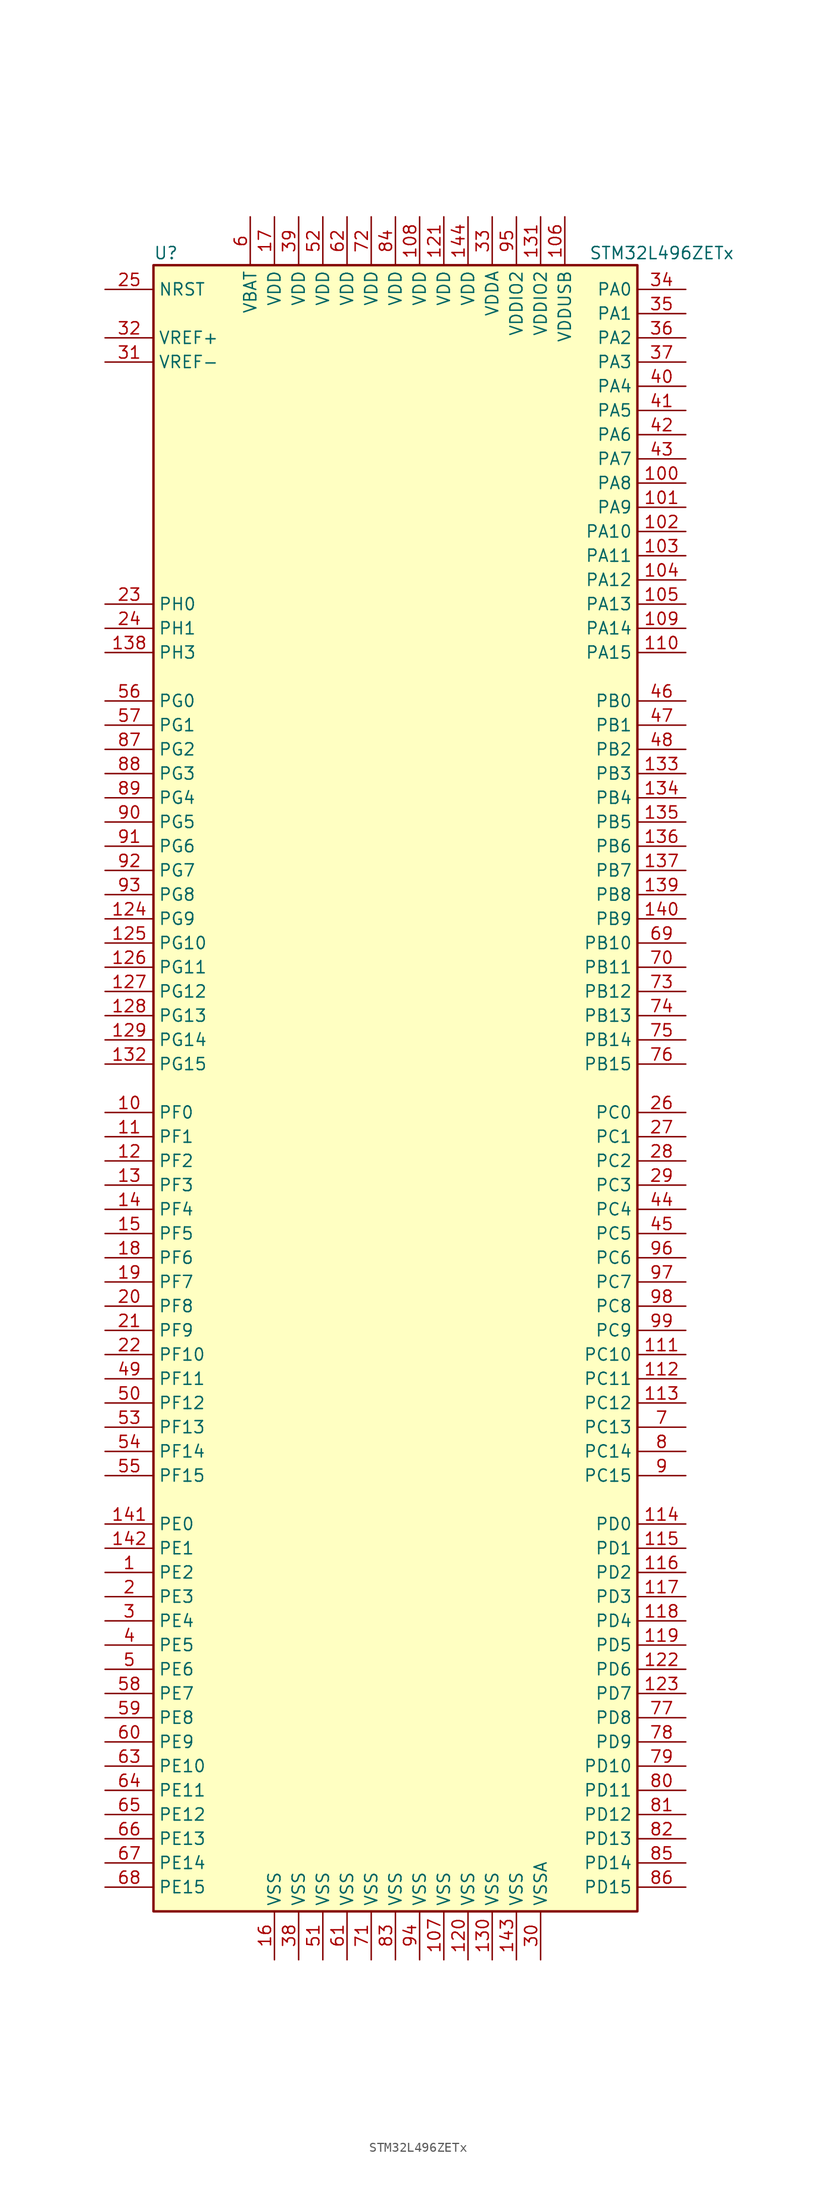
<source format=kicad_sym>
(kicad_symbol_lib
  (version 20220914)
  (generator kicad_symbol_editor)
  (symbol "STM32L496ZETx"
    (property "Reference" "U"
      (at -25.4 87.63 0)
      (effects (font (size 1.27 1.27)) (justify left)))
    (property "Value" "STM32L496ZETx"
      (at 20.32 87.63 0)
      (effects (font (size 1.27 1.27)) (justify left)))
    (symbol "STM32L496ZETx_0_1"
      (rectangle (start -25.4 -86.36) (end 25.4 86.36) (stroke (width 0.254) (type default)) (fill (type background))))
    (symbol "STM32L496ZETx_1_1"
      (pin bidirectional line (at -30.48 -50.8 0) (length 5.08) (name "PE2" (effects (font (size 1.27 1.27)))) (number "1" (effects (font (size 1.27 1.27)))))
      (pin bidirectional line (at -30.48 -2.54 0) (length 5.08) (name "PF0" (effects (font (size 1.27 1.27)))) (number "10" (effects (font (size 1.27 1.27)))))
      (pin bidirectional line (at 30.48 63.5 180) (length 5.08) (name "PA8" (effects (font (size 1.27 1.27)))) (number "100" (effects (font (size 1.27 1.27)))))
      (pin bidirectional line (at 30.48 60.96 180) (length 5.08) (name "PA9" (effects (font (size 1.27 1.27)))) (number "101" (effects (font (size 1.27 1.27)))))
      (pin bidirectional line (at 30.48 58.42 180) (length 5.08) (name "PA10" (effects (font (size 1.27 1.27)))) (number "102" (effects (font (size 1.27 1.27)))))
      (pin bidirectional line (at 30.48 55.88 180) (length 5.08) (name "PA11" (effects (font (size 1.27 1.27)))) (number "103" (effects (font (size 1.27 1.27)))))
      (pin bidirectional line (at 30.48 53.34 180) (length 5.08) (name "PA12" (effects (font (size 1.27 1.27)))) (number "104" (effects (font (size 1.27 1.27)))))
      (pin bidirectional line (at 30.48 50.8 180) (length 5.08) (name "PA13" (effects (font (size 1.27 1.27)))) (number "105" (effects (font (size 1.27 1.27)))))
      (pin power_in line (at 17.78 91.44 270) (length 5.08) (name "VDDUSB" (effects (font (size 1.27 1.27)))) (number "106" (effects (font (size 1.27 1.27)))))
      (pin power_in line (at 5.08 -91.44 90) (length 5.08) (name "VSS" (effects (font (size 1.27 1.27)))) (number "107" (effects (font (size 1.27 1.27)))))
      (pin power_in line (at 2.54 91.44 270) (length 5.08) (name "VDD" (effects (font (size 1.27 1.27)))) (number "108" (effects (font (size 1.27 1.27)))))
      (pin bidirectional line (at 30.48 48.26 180) (length 5.08) (name "PA14" (effects (font (size 1.27 1.27)))) (number "109" (effects (font (size 1.27 1.27)))))
      (pin bidirectional line (at -30.48 -5.08 0) (length 5.08) (name "PF1" (effects (font (size 1.27 1.27)))) (number "11" (effects (font (size 1.27 1.27)))))
      (pin bidirectional line (at 30.48 45.72 180) (length 5.08) (name "PA15" (effects (font (size 1.27 1.27)))) (number "110" (effects (font (size 1.27 1.27)))))
      (pin bidirectional line (at 30.48 -27.94 180) (length 5.08) (name "PC10" (effects (font (size 1.27 1.27)))) (number "111" (effects (font (size 1.27 1.27)))))
      (pin bidirectional line (at 30.48 -30.48 180) (length 5.08) (name "PC11" (effects (font (size 1.27 1.27)))) (number "112" (effects (font (size 1.27 1.27)))))
      (pin bidirectional line (at 30.48 -33.02 180) (length 5.08) (name "PC12" (effects (font (size 1.27 1.27)))) (number "113" (effects (font (size 1.27 1.27)))))
      (pin bidirectional line (at 30.48 -45.72 180) (length 5.08) (name "PD0" (effects (font (size 1.27 1.27)))) (number "114" (effects (font (size 1.27 1.27)))))
      (pin bidirectional line (at 30.48 -48.26 180) (length 5.08) (name "PD1" (effects (font (size 1.27 1.27)))) (number "115" (effects (font (size 1.27 1.27)))))
      (pin bidirectional line (at 30.48 -50.8 180) (length 5.08) (name "PD2" (effects (font (size 1.27 1.27)))) (number "116" (effects (font (size 1.27 1.27)))))
      (pin bidirectional line (at 30.48 -53.34 180) (length 5.08) (name "PD3" (effects (font (size 1.27 1.27)))) (number "117" (effects (font (size 1.27 1.27)))))
      (pin bidirectional line (at 30.48 -55.88 180) (length 5.08) (name "PD4" (effects (font (size 1.27 1.27)))) (number "118" (effects (font (size 1.27 1.27)))))
      (pin bidirectional line (at 30.48 -58.42 180) (length 5.08) (name "PD5" (effects (font (size 1.27 1.27)))) (number "119" (effects (font (size 1.27 1.27)))))
      (pin bidirectional line (at -30.48 -7.62 0) (length 5.08) (name "PF2" (effects (font (size 1.27 1.27)))) (number "12" (effects (font (size 1.27 1.27)))))
      (pin power_in line (at 7.62 -91.44 90) (length 5.08) (name "VSS" (effects (font (size 1.27 1.27)))) (number "120" (effects (font (size 1.27 1.27)))))
      (pin power_in line (at 5.08 91.44 270) (length 5.08) (name "VDD" (effects (font (size 1.27 1.27)))) (number "121" (effects (font (size 1.27 1.27)))))
      (pin bidirectional line (at 30.48 -60.96 180) (length 5.08) (name "PD6" (effects (font (size 1.27 1.27)))) (number "122" (effects (font (size 1.27 1.27)))))
      (pin bidirectional line (at 30.48 -63.5 180) (length 5.08) (name "PD7" (effects (font (size 1.27 1.27)))) (number "123" (effects (font (size 1.27 1.27)))))
      (pin bidirectional line (at -30.48 17.78 0) (length 5.08) (name "PG9" (effects (font (size 1.27 1.27)))) (number "124" (effects (font (size 1.27 1.27)))))
      (pin bidirectional line (at -30.48 15.24 0) (length 5.08) (name "PG10" (effects (font (size 1.27 1.27)))) (number "125" (effects (font (size 1.27 1.27)))))
      (pin bidirectional line (at -30.48 12.7 0) (length 5.08) (name "PG11" (effects (font (size 1.27 1.27)))) (number "126" (effects (font (size 1.27 1.27)))))
      (pin bidirectional line (at -30.48 10.16 0) (length 5.08) (name "PG12" (effects (font (size 1.27 1.27)))) (number "127" (effects (font (size 1.27 1.27)))))
      (pin bidirectional line (at -30.48 7.62 0) (length 5.08) (name "PG13" (effects (font (size 1.27 1.27)))) (number "128" (effects (font (size 1.27 1.27)))))
      (pin bidirectional line (at -30.48 5.08 0) (length 5.08) (name "PG14" (effects (font (size 1.27 1.27)))) (number "129" (effects (font (size 1.27 1.27)))))
      (pin bidirectional line (at -30.48 -10.16 0) (length 5.08) (name "PF3" (effects (font (size 1.27 1.27)))) (number "13" (effects (font (size 1.27 1.27)))))
      (pin power_in line (at 10.16 -91.44 90) (length 5.08) (name "VSS" (effects (font (size 1.27 1.27)))) (number "130" (effects (font (size 1.27 1.27)))))
      (pin power_in line (at 15.24 91.44 270) (length 5.08) (name "VDDIO2" (effects (font (size 1.27 1.27)))) (number "131" (effects (font (size 1.27 1.27)))))
      (pin bidirectional line (at -30.48 2.54 0) (length 5.08) (name "PG15" (effects (font (size 1.27 1.27)))) (number "132" (effects (font (size 1.27 1.27)))))
      (pin bidirectional line (at 30.48 33.02 180) (length 5.08) (name "PB3" (effects (font (size 1.27 1.27)))) (number "133" (effects (font (size 1.27 1.27)))))
      (pin bidirectional line (at 30.48 30.48 180) (length 5.08) (name "PB4" (effects (font (size 1.27 1.27)))) (number "134" (effects (font (size 1.27 1.27)))))
      (pin bidirectional line (at 30.48 27.94 180) (length 5.08) (name "PB5" (effects (font (size 1.27 1.27)))) (number "135" (effects (font (size 1.27 1.27)))))
      (pin bidirectional line (at 30.48 25.4 180) (length 5.08) (name "PB6" (effects (font (size 1.27 1.27)))) (number "136" (effects (font (size 1.27 1.27)))))
      (pin bidirectional line (at 30.48 22.86 180) (length 5.08) (name "PB7" (effects (font (size 1.27 1.27)))) (number "137" (effects (font (size 1.27 1.27)))))
      (pin bidirectional line (at -30.48 45.72 0) (length 5.08) (name "PH3" (effects (font (size 1.27 1.27)))) (number "138" (effects (font (size 1.27 1.27)))))
      (pin bidirectional line (at 30.48 20.32 180) (length 5.08) (name "PB8" (effects (font (size 1.27 1.27)))) (number "139" (effects (font (size 1.27 1.27)))))
      (pin bidirectional line (at -30.48 -12.7 0) (length 5.08) (name "PF4" (effects (font (size 1.27 1.27)))) (number "14" (effects (font (size 1.27 1.27)))))
      (pin bidirectional line (at 30.48 17.78 180) (length 5.08) (name "PB9" (effects (font (size 1.27 1.27)))) (number "140" (effects (font (size 1.27 1.27)))))
      (pin bidirectional line (at -30.48 -45.72 0) (length 5.08) (name "PE0" (effects (font (size 1.27 1.27)))) (number "141" (effects (font (size 1.27 1.27)))))
      (pin bidirectional line (at -30.48 -48.26 0) (length 5.08) (name "PE1" (effects (font (size 1.27 1.27)))) (number "142" (effects (font (size 1.27 1.27)))))
      (pin power_in line (at 12.7 -91.44 90) (length 5.08) (name "VSS" (effects (font (size 1.27 1.27)))) (number "143" (effects (font (size 1.27 1.27)))))
      (pin power_in line (at 7.62 91.44 270) (length 5.08) (name "VDD" (effects (font (size 1.27 1.27)))) (number "144" (effects (font (size 1.27 1.27)))))
      (pin bidirectional line (at -30.48 -15.24 0) (length 5.08) (name "PF5" (effects (font (size 1.27 1.27)))) (number "15" (effects (font (size 1.27 1.27)))))
      (pin power_in line (at -12.7 -91.44 90) (length 5.08) (name "VSS" (effects (font (size 1.27 1.27)))) (number "16" (effects (font (size 1.27 1.27)))))
      (pin power_in line (at -12.7 91.44 270) (length 5.08) (name "VDD" (effects (font (size 1.27 1.27)))) (number "17" (effects (font (size 1.27 1.27)))))
      (pin bidirectional line (at -30.48 -17.78 0) (length 5.08) (name "PF6" (effects (font (size 1.27 1.27)))) (number "18" (effects (font (size 1.27 1.27)))))
      (pin bidirectional line (at -30.48 -20.32 0) (length 5.08) (name "PF7" (effects (font (size 1.27 1.27)))) (number "19" (effects (font (size 1.27 1.27)))))
      (pin bidirectional line (at -30.48 -53.34 0) (length 5.08) (name "PE3" (effects (font (size 1.27 1.27)))) (number "2" (effects (font (size 1.27 1.27)))))
      (pin bidirectional line (at -30.48 -22.86 0) (length 5.08) (name "PF8" (effects (font (size 1.27 1.27)))) (number "20" (effects (font (size 1.27 1.27)))))
      (pin bidirectional line (at -30.48 -25.4 0) (length 5.08) (name "PF9" (effects (font (size 1.27 1.27)))) (number "21" (effects (font (size 1.27 1.27)))))
      (pin bidirectional line (at -30.48 -27.94 0) (length 5.08) (name "PF10" (effects (font (size 1.27 1.27)))) (number "22" (effects (font (size 1.27 1.27)))))
      (pin input line (at -30.48 50.8 0) (length 5.08) (name "PH0" (effects (font (size 1.27 1.27)))) (number "23" (effects (font (size 1.27 1.27)))))
      (pin input line (at -30.48 48.26 0) (length 5.08) (name "PH1" (effects (font (size 1.27 1.27)))) (number "24" (effects (font (size 1.27 1.27)))))
      (pin input line (at -30.48 83.82 0) (length 5.08) (name "NRST" (effects (font (size 1.27 1.27)))) (number "25" (effects (font (size 1.27 1.27)))))
      (pin bidirectional line (at 30.48 -2.54 180) (length 5.08) (name "PC0" (effects (font (size 1.27 1.27)))) (number "26" (effects (font (size 1.27 1.27)))))
      (pin bidirectional line (at 30.48 -5.08 180) (length 5.08) (name "PC1" (effects (font (size 1.27 1.27)))) (number "27" (effects (font (size 1.27 1.27)))))
      (pin bidirectional line (at 30.48 -7.62 180) (length 5.08) (name "PC2" (effects (font (size 1.27 1.27)))) (number "28" (effects (font (size 1.27 1.27)))))
      (pin bidirectional line (at 30.48 -10.16 180) (length 5.08) (name "PC3" (effects (font (size 1.27 1.27)))) (number "29" (effects (font (size 1.27 1.27)))))
      (pin bidirectional line (at -30.48 -55.88 0) (length 5.08) (name "PE4" (effects (font (size 1.27 1.27)))) (number "3" (effects (font (size 1.27 1.27)))))
      (pin power_in line (at 15.24 -91.44 90) (length 5.08) (name "VSSA" (effects (font (size 1.27 1.27)))) (number "30" (effects (font (size 1.27 1.27)))))
      (pin power_in line (at -30.48 76.2 0) (length 5.08) (name "VREF-" (effects (font (size 1.27 1.27)))) (number "31" (effects (font (size 1.27 1.27)))))
      (pin bidirectional line (at -30.48 78.74 0) (length 5.08) (name "VREF+" (effects (font (size 1.27 1.27)))) (number "32" (effects (font (size 1.27 1.27)))))
      (pin power_in line (at 10.16 91.44 270) (length 5.08) (name "VDDA" (effects (font (size 1.27 1.27)))) (number "33" (effects (font (size 1.27 1.27)))))
      (pin bidirectional line (at 30.48 83.82 180) (length 5.08) (name "PA0" (effects (font (size 1.27 1.27)))) (number "34" (effects (font (size 1.27 1.27)))))
      (pin bidirectional line (at 30.48 81.28 180) (length 5.08) (name "PA1" (effects (font (size 1.27 1.27)))) (number "35" (effects (font (size 1.27 1.27)))))
      (pin bidirectional line (at 30.48 78.74 180) (length 5.08) (name "PA2" (effects (font (size 1.27 1.27)))) (number "36" (effects (font (size 1.27 1.27)))))
      (pin bidirectional line (at 30.48 76.2 180) (length 5.08) (name "PA3" (effects (font (size 1.27 1.27)))) (number "37" (effects (font (size 1.27 1.27)))))
      (pin power_in line (at -10.16 -91.44 90) (length 5.08) (name "VSS" (effects (font (size 1.27 1.27)))) (number "38" (effects (font (size 1.27 1.27)))))
      (pin power_in line (at -10.16 91.44 270) (length 5.08) (name "VDD" (effects (font (size 1.27 1.27)))) (number "39" (effects (font (size 1.27 1.27)))))
      (pin bidirectional line (at -30.48 -58.42 0) (length 5.08) (name "PE5" (effects (font (size 1.27 1.27)))) (number "4" (effects (font (size 1.27 1.27)))))
      (pin bidirectional line (at 30.48 73.66 180) (length 5.08) (name "PA4" (effects (font (size 1.27 1.27)))) (number "40" (effects (font (size 1.27 1.27)))))
      (pin bidirectional line (at 30.48 71.12 180) (length 5.08) (name "PA5" (effects (font (size 1.27 1.27)))) (number "41" (effects (font (size 1.27 1.27)))))
      (pin bidirectional line (at 30.48 68.58 180) (length 5.08) (name "PA6" (effects (font (size 1.27 1.27)))) (number "42" (effects (font (size 1.27 1.27)))))
      (pin bidirectional line (at 30.48 66.04 180) (length 5.08) (name "PA7" (effects (font (size 1.27 1.27)))) (number "43" (effects (font (size 1.27 1.27)))))
      (pin bidirectional line (at 30.48 -12.7 180) (length 5.08) (name "PC4" (effects (font (size 1.27 1.27)))) (number "44" (effects (font (size 1.27 1.27)))))
      (pin bidirectional line (at 30.48 -15.24 180) (length 5.08) (name "PC5" (effects (font (size 1.27 1.27)))) (number "45" (effects (font (size 1.27 1.27)))))
      (pin bidirectional line (at 30.48 40.64 180) (length 5.08) (name "PB0" (effects (font (size 1.27 1.27)))) (number "46" (effects (font (size 1.27 1.27)))))
      (pin bidirectional line (at 30.48 38.1 180) (length 5.08) (name "PB1" (effects (font (size 1.27 1.27)))) (number "47" (effects (font (size 1.27 1.27)))))
      (pin bidirectional line (at 30.48 35.56 180) (length 5.08) (name "PB2" (effects (font (size 1.27 1.27)))) (number "48" (effects (font (size 1.27 1.27)))))
      (pin bidirectional line (at -30.48 -30.48 0) (length 5.08) (name "PF11" (effects (font (size 1.27 1.27)))) (number "49" (effects (font (size 1.27 1.27)))))
      (pin bidirectional line (at -30.48 -60.96 0) (length 5.08) (name "PE6" (effects (font (size 1.27 1.27)))) (number "5" (effects (font (size 1.27 1.27)))))
      (pin bidirectional line (at -30.48 -33.02 0) (length 5.08) (name "PF12" (effects (font (size 1.27 1.27)))) (number "50" (effects (font (size 1.27 1.27)))))
      (pin power_in line (at -7.62 -91.44 90) (length 5.08) (name "VSS" (effects (font (size 1.27 1.27)))) (number "51" (effects (font (size 1.27 1.27)))))
      (pin power_in line (at -7.62 91.44 270) (length 5.08) (name "VDD" (effects (font (size 1.27 1.27)))) (number "52" (effects (font (size 1.27 1.27)))))
      (pin bidirectional line (at -30.48 -35.56 0) (length 5.08) (name "PF13" (effects (font (size 1.27 1.27)))) (number "53" (effects (font (size 1.27 1.27)))))
      (pin bidirectional line (at -30.48 -38.1 0) (length 5.08) (name "PF14" (effects (font (size 1.27 1.27)))) (number "54" (effects (font (size 1.27 1.27)))))
      (pin bidirectional line (at -30.48 -40.64 0) (length 5.08) (name "PF15" (effects (font (size 1.27 1.27)))) (number "55" (effects (font (size 1.27 1.27)))))
      (pin bidirectional line (at -30.48 40.64 0) (length 5.08) (name "PG0" (effects (font (size 1.27 1.27)))) (number "56" (effects (font (size 1.27 1.27)))))
      (pin bidirectional line (at -30.48 38.1 0) (length 5.08) (name "PG1" (effects (font (size 1.27 1.27)))) (number "57" (effects (font (size 1.27 1.27)))))
      (pin bidirectional line (at -30.48 -63.5 0) (length 5.08) (name "PE7" (effects (font (size 1.27 1.27)))) (number "58" (effects (font (size 1.27 1.27)))))
      (pin bidirectional line (at -30.48 -66.04 0) (length 5.08) (name "PE8" (effects (font (size 1.27 1.27)))) (number "59" (effects (font (size 1.27 1.27)))))
      (pin power_in line (at -15.24 91.44 270) (length 5.08) (name "VBAT" (effects (font (size 1.27 1.27)))) (number "6" (effects (font (size 1.27 1.27)))))
      (pin bidirectional line (at -30.48 -68.58 0) (length 5.08) (name "PE9" (effects (font (size 1.27 1.27)))) (number "60" (effects (font (size 1.27 1.27)))))
      (pin power_in line (at -5.08 -91.44 90) (length 5.08) (name "VSS" (effects (font (size 1.27 1.27)))) (number "61" (effects (font (size 1.27 1.27)))))
      (pin power_in line (at -5.08 91.44 270) (length 5.08) (name "VDD" (effects (font (size 1.27 1.27)))) (number "62" (effects (font (size 1.27 1.27)))))
      (pin bidirectional line (at -30.48 -71.12 0) (length 5.08) (name "PE10" (effects (font (size 1.27 1.27)))) (number "63" (effects (font (size 1.27 1.27)))))
      (pin bidirectional line (at -30.48 -73.66 0) (length 5.08) (name "PE11" (effects (font (size 1.27 1.27)))) (number "64" (effects (font (size 1.27 1.27)))))
      (pin bidirectional line (at -30.48 -76.2 0) (length 5.08) (name "PE12" (effects (font (size 1.27 1.27)))) (number "65" (effects (font (size 1.27 1.27)))))
      (pin bidirectional line (at -30.48 -78.74 0) (length 5.08) (name "PE13" (effects (font (size 1.27 1.27)))) (number "66" (effects (font (size 1.27 1.27)))))
      (pin bidirectional line (at -30.48 -81.28 0) (length 5.08) (name "PE14" (effects (font (size 1.27 1.27)))) (number "67" (effects (font (size 1.27 1.27)))))
      (pin bidirectional line (at -30.48 -83.82 0) (length 5.08) (name "PE15" (effects (font (size 1.27 1.27)))) (number "68" (effects (font (size 1.27 1.27)))))
      (pin bidirectional line (at 30.48 15.24 180) (length 5.08) (name "PB10" (effects (font (size 1.27 1.27)))) (number "69" (effects (font (size 1.27 1.27)))))
      (pin bidirectional line (at 30.48 -35.56 180) (length 5.08) (name "PC13" (effects (font (size 1.27 1.27)))) (number "7" (effects (font (size 1.27 1.27)))))
      (pin bidirectional line (at 30.48 12.7 180) (length 5.08) (name "PB11" (effects (font (size 1.27 1.27)))) (number "70" (effects (font (size 1.27 1.27)))))
      (pin power_in line (at -2.54 -91.44 90) (length 5.08) (name "VSS" (effects (font (size 1.27 1.27)))) (number "71" (effects (font (size 1.27 1.27)))))
      (pin power_in line (at -2.54 91.44 270) (length 5.08) (name "VDD" (effects (font (size 1.27 1.27)))) (number "72" (effects (font (size 1.27 1.27)))))
      (pin bidirectional line (at 30.48 10.16 180) (length 5.08) (name "PB12" (effects (font (size 1.27 1.27)))) (number "73" (effects (font (size 1.27 1.27)))))
      (pin bidirectional line (at 30.48 7.62 180) (length 5.08) (name "PB13" (effects (font (size 1.27 1.27)))) (number "74" (effects (font (size 1.27 1.27)))))
      (pin bidirectional line (at 30.48 5.08 180) (length 5.08) (name "PB14" (effects (font (size 1.27 1.27)))) (number "75" (effects (font (size 1.27 1.27)))))
      (pin bidirectional line (at 30.48 2.54 180) (length 5.08) (name "PB15" (effects (font (size 1.27 1.27)))) (number "76" (effects (font (size 1.27 1.27)))))
      (pin bidirectional line (at 30.48 -66.04 180) (length 5.08) (name "PD8" (effects (font (size 1.27 1.27)))) (number "77" (effects (font (size 1.27 1.27)))))
      (pin bidirectional line (at 30.48 -68.58 180) (length 5.08) (name "PD9" (effects (font (size 1.27 1.27)))) (number "78" (effects (font (size 1.27 1.27)))))
      (pin bidirectional line (at 30.48 -71.12 180) (length 5.08) (name "PD10" (effects (font (size 1.27 1.27)))) (number "79" (effects (font (size 1.27 1.27)))))
      (pin bidirectional line (at 30.48 -38.1 180) (length 5.08) (name "PC14" (effects (font (size 1.27 1.27)))) (number "8" (effects (font (size 1.27 1.27)))))
      (pin bidirectional line (at 30.48 -73.66 180) (length 5.08) (name "PD11" (effects (font (size 1.27 1.27)))) (number "80" (effects (font (size 1.27 1.27)))))
      (pin bidirectional line (at 30.48 -76.2 180) (length 5.08) (name "PD12" (effects (font (size 1.27 1.27)))) (number "81" (effects (font (size 1.27 1.27)))))
      (pin bidirectional line (at 30.48 -78.74 180) (length 5.08) (name "PD13" (effects (font (size 1.27 1.27)))) (number "82" (effects (font (size 1.27 1.27)))))
      (pin power_in line (at 0 -91.44 90) (length 5.08) (name "VSS" (effects (font (size 1.27 1.27)))) (number "83" (effects (font (size 1.27 1.27)))))
      (pin power_in line (at 0 91.44 270) (length 5.08) (name "VDD" (effects (font (size 1.27 1.27)))) (number "84" (effects (font (size 1.27 1.27)))))
      (pin bidirectional line (at 30.48 -81.28 180) (length 5.08) (name "PD14" (effects (font (size 1.27 1.27)))) (number "85" (effects (font (size 1.27 1.27)))))
      (pin bidirectional line (at 30.48 -83.82 180) (length 5.08) (name "PD15" (effects (font (size 1.27 1.27)))) (number "86" (effects (font (size 1.27 1.27)))))
      (pin bidirectional line (at -30.48 35.56 0) (length 5.08) (name "PG2" (effects (font (size 1.27 1.27)))) (number "87" (effects (font (size 1.27 1.27)))))
      (pin bidirectional line (at -30.48 33.02 0) (length 5.08) (name "PG3" (effects (font (size 1.27 1.27)))) (number "88" (effects (font (size 1.27 1.27)))))
      (pin bidirectional line (at -30.48 30.48 0) (length 5.08) (name "PG4" (effects (font (size 1.27 1.27)))) (number "89" (effects (font (size 1.27 1.27)))))
      (pin bidirectional line (at 30.48 -40.64 180) (length 5.08) (name "PC15" (effects (font (size 1.27 1.27)))) (number "9" (effects (font (size 1.27 1.27)))))
      (pin bidirectional line (at -30.48 27.94 0) (length 5.08) (name "PG5" (effects (font (size 1.27 1.27)))) (number "90" (effects (font (size 1.27 1.27)))))
      (pin bidirectional line (at -30.48 25.4 0) (length 5.08) (name "PG6" (effects (font (size 1.27 1.27)))) (number "91" (effects (font (size 1.27 1.27)))))
      (pin bidirectional line (at -30.48 22.86 0) (length 5.08) (name "PG7" (effects (font (size 1.27 1.27)))) (number "92" (effects (font (size 1.27 1.27)))))
      (pin bidirectional line (at -30.48 20.32 0) (length 5.08) (name "PG8" (effects (font (size 1.27 1.27)))) (number "93" (effects (font (size 1.27 1.27)))))
      (pin power_in line (at 2.54 -91.44 90) (length 5.08) (name "VSS" (effects (font (size 1.27 1.27)))) (number "94" (effects (font (size 1.27 1.27)))))
      (pin power_in line (at 12.7 91.44 270) (length 5.08) (name "VDDIO2" (effects (font (size 1.27 1.27)))) (number "95" (effects (font (size 1.27 1.27)))))
      (pin bidirectional line (at 30.48 -17.78 180) (length 5.08) (name "PC6" (effects (font (size 1.27 1.27)))) (number "96" (effects (font (size 1.27 1.27)))))
      (pin bidirectional line (at 30.48 -20.32 180) (length 5.08) (name "PC7" (effects (font (size 1.27 1.27)))) (number "97" (effects (font (size 1.27 1.27)))))
      (pin bidirectional line (at 30.48 -22.86 180) (length 5.08) (name "PC8" (effects (font (size 1.27 1.27)))) (number "98" (effects (font (size 1.27 1.27)))))
      (pin bidirectional line (at 30.48 -25.4 180) (length 5.08) (name "PC9" (effects (font (size 1.27 1.27)))) (number "99" (effects (font (size 1.27 1.27))))))))
</source>
